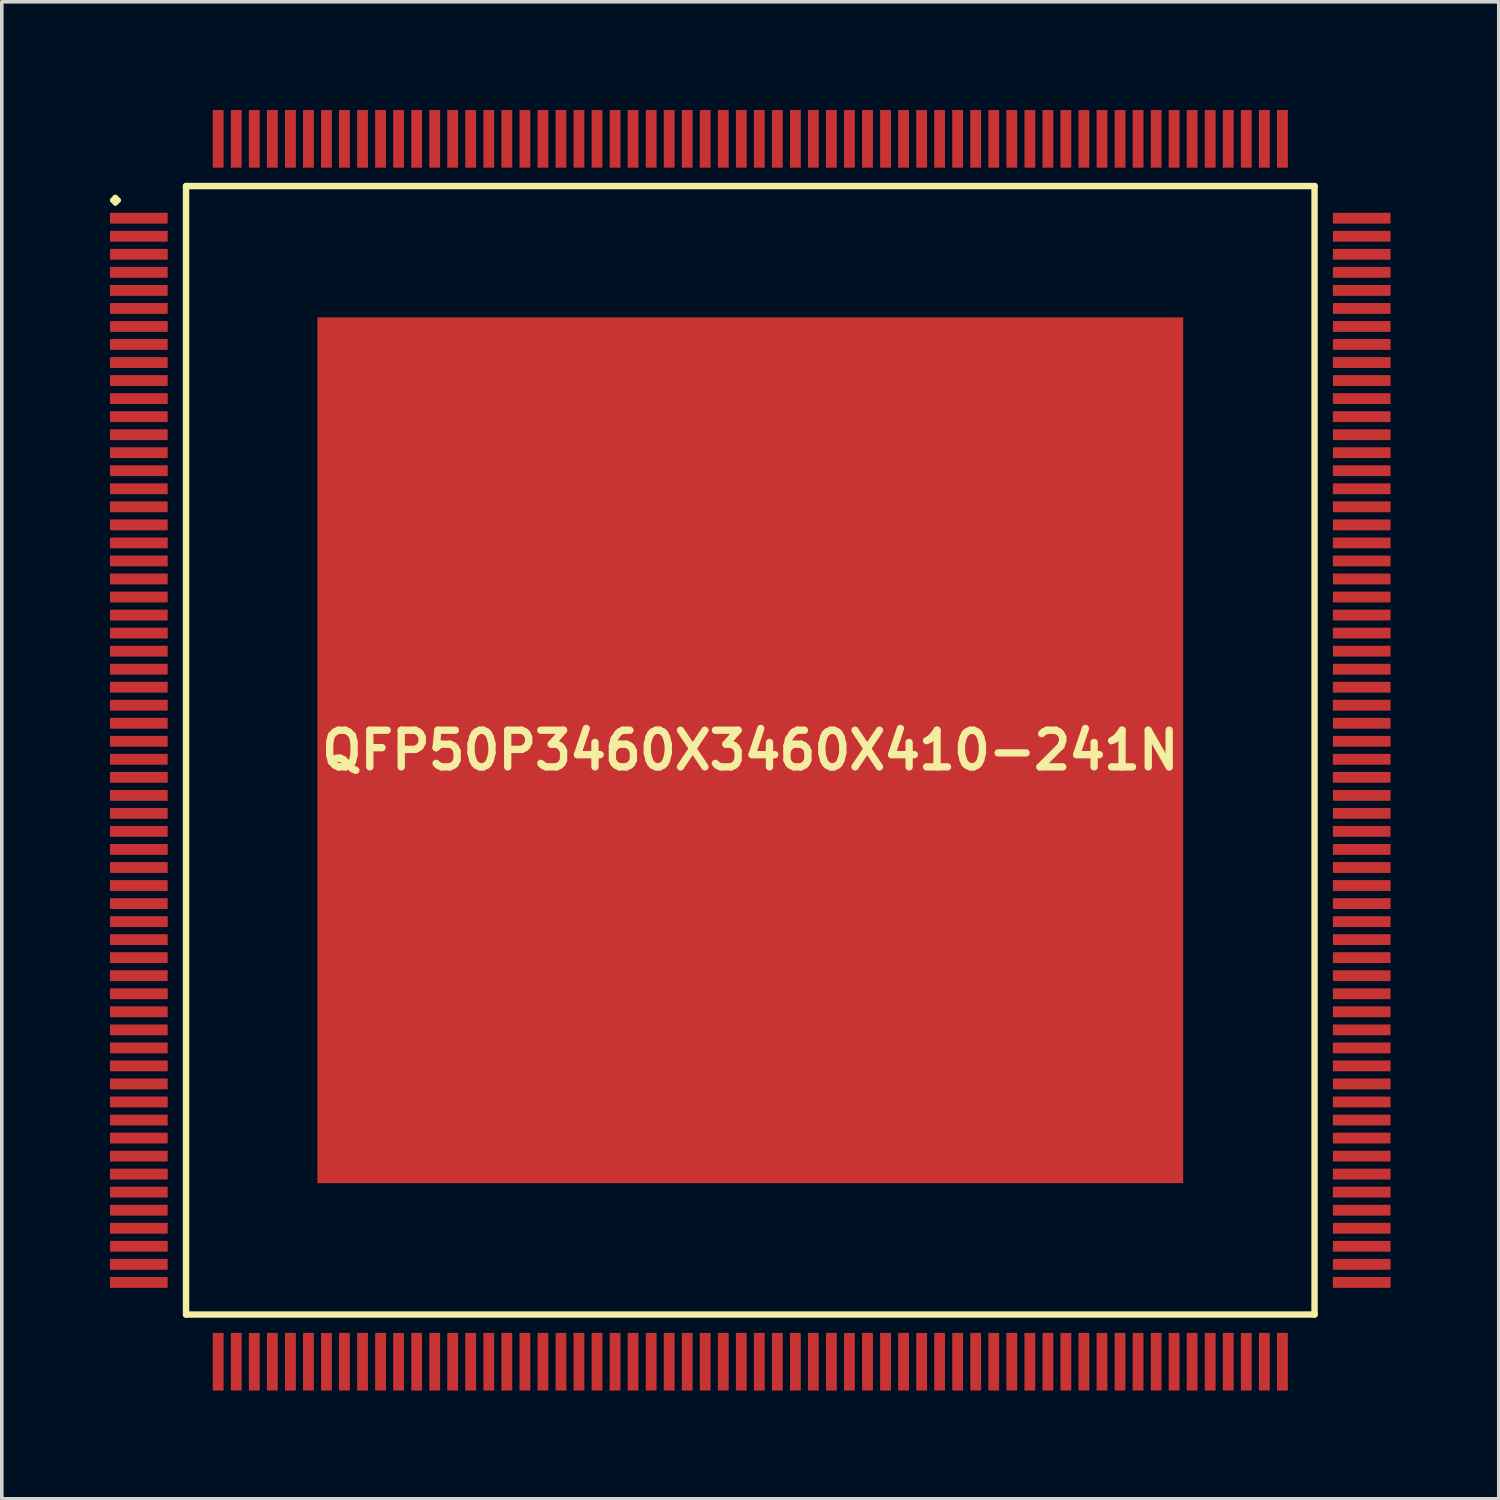
<source format=kicad_pcb>
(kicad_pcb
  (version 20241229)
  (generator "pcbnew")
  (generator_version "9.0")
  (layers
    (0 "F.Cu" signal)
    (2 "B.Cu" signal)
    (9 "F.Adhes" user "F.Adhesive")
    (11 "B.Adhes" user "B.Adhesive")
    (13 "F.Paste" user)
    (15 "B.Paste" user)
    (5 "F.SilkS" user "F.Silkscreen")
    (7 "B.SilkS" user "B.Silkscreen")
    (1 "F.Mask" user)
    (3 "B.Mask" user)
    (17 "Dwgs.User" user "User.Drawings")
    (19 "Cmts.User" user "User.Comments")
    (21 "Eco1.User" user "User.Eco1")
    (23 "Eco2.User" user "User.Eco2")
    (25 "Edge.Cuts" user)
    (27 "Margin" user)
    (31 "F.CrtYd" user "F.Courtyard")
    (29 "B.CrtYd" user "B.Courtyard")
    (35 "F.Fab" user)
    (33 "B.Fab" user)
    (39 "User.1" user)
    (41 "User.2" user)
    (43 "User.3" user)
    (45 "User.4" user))
  (footprint "QFP50P3460X3460X410-241N"
    (layer "F.Cu")
    (at 17.748 17.748)
    (property "Reference" "QFP50P3460X3460X410-241N" (at 0 0 0) (layer "F.SilkS") (effects (font (size 1.016 1.016) (thickness 0.203))))
    (attr smd)
    (fp_line (start -17.673 -15.248) (end -17.6 -15.324) (stroke (width 0.15) (type solid)) (layer "F.SilkS"))
    (fp_line (start -17.6 -15.324) (end -17.523 -15.248) (stroke (width 0.15) (type solid)) (layer "F.SilkS"))
    (fp_line (start -17.6 -15.174) (end -17.673 -15.248) (stroke (width 0.15) (type solid)) (layer "F.SilkS"))
    (fp_line (start -17.523 -15.248) (end -17.6 -15.174) (stroke (width 0.15) (type solid)) (layer "F.SilkS"))
    (fp_line (start -15.641 -15.641) (end -15.641 15.641) (stroke (width 0.178) (type solid)) (layer "F.SilkS"))
    (fp_line (start -15.641 15.641) (end 15.641 15.641) (stroke (width 0.178) (type solid)) (layer "F.SilkS"))
    (fp_line (start 15.641 -15.641) (end -15.641 -15.641) (stroke (width 0.178) (type solid)) (layer "F.SilkS"))
    (fp_line (start 15.641 15.641) (end 15.641 -15.641) (stroke (width 0.178) (type solid)) (layer "F.SilkS"))
    (pad "1" smd rect (at -16.949 -14.75) (size 1.598 0.3) (layers "F.Cu" "F.Mask" "F.Paste"))
    (pad "2" smd rect (at -16.949 -14.249) (size 1.598 0.3) (layers "F.Cu" "F.Mask" "F.Paste"))
    (pad "3" smd rect (at -16.949 -13.749) (size 1.598 0.3) (layers "F.Cu" "F.Mask" "F.Paste"))
    (pad "4" smd rect (at -16.949 -13.249) (size 1.598 0.3) (layers "F.Cu" "F.Mask" "F.Paste"))
    (pad "5" smd rect (at -16.949 -12.748) (size 1.598 0.3) (layers "F.Cu" "F.Mask" "F.Paste"))
    (pad "6" smd rect (at -16.949 -12.248) (size 1.598 0.3) (layers "F.Cu" "F.Mask" "F.Paste"))
    (pad "7" smd rect (at -16.949 -11.748) (size 1.598 0.3) (layers "F.Cu" "F.Mask" "F.Paste"))
    (pad "8" smd rect (at -16.949 -11.25) (size 1.598 0.3) (layers "F.Cu" "F.Mask" "F.Paste"))
    (pad "9" smd rect (at -16.949 -10.749) (size 1.598 0.3) (layers "F.Cu" "F.Mask" "F.Paste"))
    (pad "10" smd rect (at -16.949 -10.249) (size 1.598 0.3) (layers "F.Cu" "F.Mask" "F.Paste"))
    (pad "11" smd rect (at -16.949 -9.749) (size 1.598 0.3) (layers "F.Cu" "F.Mask" "F.Paste"))
    (pad "12" smd rect (at -16.949 -9.248) (size 1.598 0.3) (layers "F.Cu" "F.Mask" "F.Paste"))
    (pad "13" smd rect (at -16.949 -8.748) (size 1.598 0.3) (layers "F.Cu" "F.Mask" "F.Paste"))
    (pad "14" smd rect (at -16.949 -8.25) (size 1.598 0.3) (layers "F.Cu" "F.Mask" "F.Paste"))
    (pad "15" smd rect (at -16.949 -7.75) (size 1.598 0.3) (layers "F.Cu" "F.Mask" "F.Paste"))
    (pad "16" smd rect (at -16.949 -7.249) (size 1.598 0.3) (layers "F.Cu" "F.Mask" "F.Paste"))
    (pad "17" smd rect (at -16.949 -6.749) (size 1.598 0.3) (layers "F.Cu" "F.Mask" "F.Paste"))
    (pad "18" smd rect (at -16.949 -6.248) (size 1.598 0.3) (layers "F.Cu" "F.Mask" "F.Paste"))
    (pad "19" smd rect (at -16.949 -5.748) (size 1.598 0.3) (layers "F.Cu" "F.Mask" "F.Paste"))
    (pad "20" smd rect (at -16.949 -5.248) (size 1.598 0.3) (layers "F.Cu" "F.Mask" "F.Paste"))
    (pad "21" smd rect (at -16.949 -4.75) (size 1.598 0.3) (layers "F.Cu" "F.Mask" "F.Paste"))
    (pad "22" smd rect (at -16.949 -4.249) (size 1.598 0.3) (layers "F.Cu" "F.Mask" "F.Paste"))
    (pad "23" smd rect (at -16.949 -3.749) (size 1.598 0.3) (layers "F.Cu" "F.Mask" "F.Paste"))
    (pad "24" smd rect (at -16.949 -3.249) (size 1.598 0.3) (layers "F.Cu" "F.Mask" "F.Paste"))
    (pad "25" smd rect (at -16.949 -2.748) (size 1.598 0.3) (layers "F.Cu" "F.Mask" "F.Paste"))
    (pad "26" smd rect (at -16.949 -2.248) (size 1.598 0.3) (layers "F.Cu" "F.Mask" "F.Paste"))
    (pad "27" smd rect (at -16.949 -1.748) (size 1.598 0.3) (layers "F.Cu" "F.Mask" "F.Paste"))
    (pad "28" smd rect (at -16.949 -1.25) (size 1.598 0.3) (layers "F.Cu" "F.Mask" "F.Paste"))
    (pad "29" smd rect (at -16.949 -0.749) (size 1.598 0.3) (layers "F.Cu" "F.Mask" "F.Paste"))
    (pad "30" smd rect (at -16.949 -0.249) (size 1.598 0.3) (layers "F.Cu" "F.Mask" "F.Paste"))
    (pad "31" smd rect (at -16.949 0.249) (size 1.598 0.3) (layers "F.Cu" "F.Mask" "F.Paste"))
    (pad "32" smd rect (at -16.949 0.749) (size 1.598 0.3) (layers "F.Cu" "F.Mask" "F.Paste"))
    (pad "33" smd rect (at -16.949 1.25) (size 1.598 0.3) (layers "F.Cu" "F.Mask" "F.Paste"))
    (pad "34" smd rect (at -16.949 1.748) (size 1.598 0.3) (layers "F.Cu" "F.Mask" "F.Paste"))
    (pad "35" smd rect (at -16.949 2.248) (size 1.598 0.3) (layers "F.Cu" "F.Mask" "F.Paste"))
    (pad "36" smd rect (at -16.949 2.748) (size 1.598 0.3) (layers "F.Cu" "F.Mask" "F.Paste"))
    (pad "37" smd rect (at -16.949 3.249) (size 1.598 0.3) (layers "F.Cu" "F.Mask" "F.Paste"))
    (pad "38" smd rect (at -16.949 3.749) (size 1.598 0.3) (layers "F.Cu" "F.Mask" "F.Paste"))
    (pad "39" smd rect (at -16.949 4.249) (size 1.598 0.3) (layers "F.Cu" "F.Mask" "F.Paste"))
    (pad "40" smd rect (at -16.949 4.75) (size 1.598 0.3) (layers "F.Cu" "F.Mask" "F.Paste"))
    (pad "41" smd rect (at -16.949 5.248) (size 1.598 0.3) (layers "F.Cu" "F.Mask" "F.Paste"))
    (pad "42" smd rect (at -16.949 5.748) (size 1.598 0.3) (layers "F.Cu" "F.Mask" "F.Paste"))
    (pad "43" smd rect (at -16.949 6.248) (size 1.598 0.3) (layers "F.Cu" "F.Mask" "F.Paste"))
    (pad "44" smd rect (at -16.949 6.749) (size 1.598 0.3) (layers "F.Cu" "F.Mask" "F.Paste"))
    (pad "45" smd rect (at -16.949 7.249) (size 1.598 0.3) (layers "F.Cu" "F.Mask" "F.Paste"))
    (pad "46" smd rect (at -16.949 7.75) (size 1.598 0.3) (layers "F.Cu" "F.Mask" "F.Paste"))
    (pad "47" smd rect (at -16.949 8.25) (size 1.598 0.3) (layers "F.Cu" "F.Mask" "F.Paste"))
    (pad "48" smd rect (at -16.949 8.748) (size 1.598 0.3) (layers "F.Cu" "F.Mask" "F.Paste"))
    (pad "49" smd rect (at -16.949 9.248) (size 1.598 0.3) (layers "F.Cu" "F.Mask" "F.Paste"))
    (pad "50" smd rect (at -16.949 9.749) (size 1.598 0.3) (layers "F.Cu" "F.Mask" "F.Paste"))
    (pad "51" smd rect (at -16.949 10.249) (size 1.598 0.3) (layers "F.Cu" "F.Mask" "F.Paste"))
    (pad "52" smd rect (at -16.949 10.749) (size 1.598 0.3) (layers "F.Cu" "F.Mask" "F.Paste"))
    (pad "53" smd rect (at -16.949 11.25) (size 1.598 0.3) (layers "F.Cu" "F.Mask" "F.Paste"))
    (pad "54" smd rect (at -16.949 11.748) (size 1.598 0.3) (layers "F.Cu" "F.Mask" "F.Paste"))
    (pad "55" smd rect (at -16.949 12.248) (size 1.598 0.3) (layers "F.Cu" "F.Mask" "F.Paste"))
    (pad "56" smd rect (at -16.949 12.748) (size 1.598 0.3) (layers "F.Cu" "F.Mask" "F.Paste"))
    (pad "57" smd rect (at -16.949 13.249) (size 1.598 0.3) (layers "F.Cu" "F.Mask" "F.Paste"))
    (pad "58" smd rect (at -16.949 13.749) (size 1.598 0.3) (layers "F.Cu" "F.Mask" "F.Paste"))
    (pad "59" smd rect (at -16.949 14.249) (size 1.598 0.3) (layers "F.Cu" "F.Mask" "F.Paste"))
    (pad "60" smd rect (at -16.949 14.75) (size 1.598 0.3) (layers "F.Cu" "F.Mask" "F.Paste"))
    (pad "61" smd rect (at -14.75 16.949) (size 0.3 1.598) (layers "F.Cu" "F.Mask" "F.Paste"))
    (pad "62" smd rect (at -14.249 16.949) (size 0.3 1.598) (layers "F.Cu" "F.Mask" "F.Paste"))
    (pad "63" smd rect (at -13.749 16.949) (size 0.3 1.598) (layers "F.Cu" "F.Mask" "F.Paste"))
    (pad "64" smd rect (at -13.249 16.949) (size 0.3 1.598) (layers "F.Cu" "F.Mask" "F.Paste"))
    (pad "65" smd rect (at -12.748 16.949) (size 0.3 1.598) (layers "F.Cu" "F.Mask" "F.Paste"))
    (pad "66" smd rect (at -12.248 16.949) (size 0.3 1.598) (layers "F.Cu" "F.Mask" "F.Paste"))
    (pad "67" smd rect (at -11.748 16.949) (size 0.3 1.598) (layers "F.Cu" "F.Mask" "F.Paste"))
    (pad "68" smd rect (at -11.25 16.949) (size 0.3 1.598) (layers "F.Cu" "F.Mask" "F.Paste"))
    (pad "69" smd rect (at -10.749 16.949) (size 0.3 1.598) (layers "F.Cu" "F.Mask" "F.Paste"))
    (pad "70" smd rect (at -10.249 16.949) (size 0.3 1.598) (layers "F.Cu" "F.Mask" "F.Paste"))
    (pad "71" smd rect (at -9.749 16.949) (size 0.3 1.598) (layers "F.Cu" "F.Mask" "F.Paste"))
    (pad "72" smd rect (at -9.248 16.949) (size 0.3 1.598) (layers "F.Cu" "F.Mask" "F.Paste"))
    (pad "73" smd rect (at -8.748 16.949) (size 0.3 1.598) (layers "F.Cu" "F.Mask" "F.Paste"))
    (pad "74" smd rect (at -8.25 16.949) (size 0.3 1.598) (layers "F.Cu" "F.Mask" "F.Paste"))
    (pad "75" smd rect (at -7.75 16.949) (size 0.3 1.598) (layers "F.Cu" "F.Mask" "F.Paste"))
    (pad "76" smd rect (at -7.249 16.949) (size 0.3 1.598) (layers "F.Cu" "F.Mask" "F.Paste"))
    (pad "77" smd rect (at -6.749 16.949) (size 0.3 1.598) (layers "F.Cu" "F.Mask" "F.Paste"))
    (pad "78" smd rect (at -6.248 16.949) (size 0.3 1.598) (layers "F.Cu" "F.Mask" "F.Paste"))
    (pad "79" smd rect (at -5.748 16.949) (size 0.3 1.598) (layers "F.Cu" "F.Mask" "F.Paste"))
    (pad "80" smd rect (at -5.248 16.949) (size 0.3 1.598) (layers "F.Cu" "F.Mask" "F.Paste"))
    (pad "81" smd rect (at -4.75 16.949) (size 0.3 1.598) (layers "F.Cu" "F.Mask" "F.Paste"))
    (pad "82" smd rect (at -4.249 16.949) (size 0.3 1.598) (layers "F.Cu" "F.Mask" "F.Paste"))
    (pad "83" smd rect (at -3.749 16.949) (size 0.3 1.598) (layers "F.Cu" "F.Mask" "F.Paste"))
    (pad "84" smd rect (at -3.249 16.949) (size 0.3 1.598) (layers "F.Cu" "F.Mask" "F.Paste"))
    (pad "85" smd rect (at -2.748 16.949) (size 0.3 1.598) (layers "F.Cu" "F.Mask" "F.Paste"))
    (pad "86" smd rect (at -2.248 16.949) (size 0.3 1.598) (layers "F.Cu" "F.Mask" "F.Paste"))
    (pad "87" smd rect (at -1.748 16.949) (size 0.3 1.598) (layers "F.Cu" "F.Mask" "F.Paste"))
    (pad "88" smd rect (at -1.25 16.949) (size 0.3 1.598) (layers "F.Cu" "F.Mask" "F.Paste"))
    (pad "89" smd rect (at -0.749 16.949) (size 0.3 1.598) (layers "F.Cu" "F.Mask" "F.Paste"))
    (pad "90" smd rect (at -0.249 16.949) (size 0.3 1.598) (layers "F.Cu" "F.Mask" "F.Paste"))
    (pad "91" smd rect (at 0.249 16.949) (size 0.3 1.598) (layers "F.Cu" "F.Mask" "F.Paste"))
    (pad "92" smd rect (at 0.749 16.949) (size 0.3 1.598) (layers "F.Cu" "F.Mask" "F.Paste"))
    (pad "93" smd rect (at 1.25 16.949) (size 0.3 1.598) (layers "F.Cu" "F.Mask" "F.Paste"))
    (pad "94" smd rect (at 1.748 16.949) (size 0.3 1.598) (layers "F.Cu" "F.Mask" "F.Paste"))
    (pad "95" smd rect (at 2.248 16.949) (size 0.3 1.598) (layers "F.Cu" "F.Mask" "F.Paste"))
    (pad "96" smd rect (at 2.748 16.949) (size 0.3 1.598) (layers "F.Cu" "F.Mask" "F.Paste"))
    (pad "97" smd rect (at 3.249 16.949) (size 0.3 1.598) (layers "F.Cu" "F.Mask" "F.Paste"))
    (pad "98" smd rect (at 3.749 16.949) (size 0.3 1.598) (layers "F.Cu" "F.Mask" "F.Paste"))
    (pad "99" smd rect (at 4.249 16.949) (size 0.3 1.598) (layers "F.Cu" "F.Mask" "F.Paste"))
    (pad "100" smd rect (at 4.75 16.949) (size 0.3 1.598) (layers "F.Cu" "F.Mask" "F.Paste"))
    (pad "101" smd rect (at 5.248 16.949) (size 0.3 1.598) (layers "F.Cu" "F.Mask" "F.Paste"))
    (pad "102" smd rect (at 5.748 16.949) (size 0.3 1.598) (layers "F.Cu" "F.Mask" "F.Paste"))
    (pad "103" smd rect (at 6.248 16.949) (size 0.3 1.598) (layers "F.Cu" "F.Mask" "F.Paste"))
    (pad "104" smd rect (at 6.749 16.949) (size 0.3 1.598) (layers "F.Cu" "F.Mask" "F.Paste"))
    (pad "105" smd rect (at 7.249 16.949) (size 0.3 1.598) (layers "F.Cu" "F.Mask" "F.Paste"))
    (pad "106" smd rect (at 7.75 16.949) (size 0.3 1.598) (layers "F.Cu" "F.Mask" "F.Paste"))
    (pad "107" smd rect (at 8.25 16.949) (size 0.3 1.598) (layers "F.Cu" "F.Mask" "F.Paste"))
    (pad "108" smd rect (at 8.748 16.949) (size 0.3 1.598) (layers "F.Cu" "F.Mask" "F.Paste"))
    (pad "109" smd rect (at 9.248 16.949) (size 0.3 1.598) (layers "F.Cu" "F.Mask" "F.Paste"))
    (pad "110" smd rect (at 9.749 16.949) (size 0.3 1.598) (layers "F.Cu" "F.Mask" "F.Paste"))
    (pad "111" smd rect (at 10.249 16.949) (size 0.3 1.598) (layers "F.Cu" "F.Mask" "F.Paste"))
    (pad "112" smd rect (at 10.749 16.949) (size 0.3 1.598) (layers "F.Cu" "F.Mask" "F.Paste"))
    (pad "113" smd rect (at 11.25 16.949) (size 0.3 1.598) (layers "F.Cu" "F.Mask" "F.Paste"))
    (pad "114" smd rect (at 11.748 16.949) (size 0.3 1.598) (layers "F.Cu" "F.Mask" "F.Paste"))
    (pad "115" smd rect (at 12.248 16.949) (size 0.3 1.598) (layers "F.Cu" "F.Mask" "F.Paste"))
    (pad "116" smd rect (at 12.748 16.949) (size 0.3 1.598) (layers "F.Cu" "F.Mask" "F.Paste"))
    (pad "117" smd rect (at 13.249 16.949) (size 0.3 1.598) (layers "F.Cu" "F.Mask" "F.Paste"))
    (pad "118" smd rect (at 13.749 16.949) (size 0.3 1.598) (layers "F.Cu" "F.Mask" "F.Paste"))
    (pad "119" smd rect (at 14.249 16.949) (size 0.3 1.598) (layers "F.Cu" "F.Mask" "F.Paste"))
    (pad "120" smd rect (at 14.75 16.949) (size 0.3 1.598) (layers "F.Cu" "F.Mask" "F.Paste"))
    (pad "121" smd rect (at 16.949 14.75) (size 1.598 0.3) (layers "F.Cu" "F.Mask" "F.Paste"))
    (pad "122" smd rect (at 16.949 14.249) (size 1.598 0.3) (layers "F.Cu" "F.Mask" "F.Paste"))
    (pad "123" smd rect (at 16.949 13.749) (size 1.598 0.3) (layers "F.Cu" "F.Mask" "F.Paste"))
    (pad "124" smd rect (at 16.949 13.249) (size 1.598 0.3) (layers "F.Cu" "F.Mask" "F.Paste"))
    (pad "125" smd rect (at 16.949 12.748) (size 1.598 0.3) (layers "F.Cu" "F.Mask" "F.Paste"))
    (pad "126" smd rect (at 16.949 12.248) (size 1.598 0.3) (layers "F.Cu" "F.Mask" "F.Paste"))
    (pad "127" smd rect (at 16.949 11.748) (size 1.598 0.3) (layers "F.Cu" "F.Mask" "F.Paste"))
    (pad "128" smd rect (at 16.949 11.25) (size 1.598 0.3) (layers "F.Cu" "F.Mask" "F.Paste"))
    (pad "129" smd rect (at 16.949 10.749) (size 1.598 0.3) (layers "F.Cu" "F.Mask" "F.Paste"))
    (pad "130" smd rect (at 16.949 10.249) (size 1.598 0.3) (layers "F.Cu" "F.Mask" "F.Paste"))
    (pad "131" smd rect (at 16.949 9.749) (size 1.598 0.3) (layers "F.Cu" "F.Mask" "F.Paste"))
    (pad "132" smd rect (at 16.949 9.248) (size 1.598 0.3) (layers "F.Cu" "F.Mask" "F.Paste"))
    (pad "133" smd rect (at 16.949 8.748) (size 1.598 0.3) (layers "F.Cu" "F.Mask" "F.Paste"))
    (pad "134" smd rect (at 16.949 8.25) (size 1.598 0.3) (layers "F.Cu" "F.Mask" "F.Paste"))
    (pad "135" smd rect (at 16.949 7.75) (size 1.598 0.3) (layers "F.Cu" "F.Mask" "F.Paste"))
    (pad "136" smd rect (at 16.949 7.249) (size 1.598 0.3) (layers "F.Cu" "F.Mask" "F.Paste"))
    (pad "137" smd rect (at 16.949 6.749) (size 1.598 0.3) (layers "F.Cu" "F.Mask" "F.Paste"))
    (pad "138" smd rect (at 16.949 6.248) (size 1.598 0.3) (layers "F.Cu" "F.Mask" "F.Paste"))
    (pad "139" smd rect (at 16.949 5.748) (size 1.598 0.3) (layers "F.Cu" "F.Mask" "F.Paste"))
    (pad "140" smd rect (at 16.949 5.248) (size 1.598 0.3) (layers "F.Cu" "F.Mask" "F.Paste"))
    (pad "141" smd rect (at 16.949 4.75) (size 1.598 0.3) (layers "F.Cu" "F.Mask" "F.Paste"))
    (pad "142" smd rect (at 16.949 4.249) (size 1.598 0.3) (layers "F.Cu" "F.Mask" "F.Paste"))
    (pad "143" smd rect (at 16.949 3.749) (size 1.598 0.3) (layers "F.Cu" "F.Mask" "F.Paste"))
    (pad "144" smd rect (at 16.949 3.249) (size 1.598 0.3) (layers "F.Cu" "F.Mask" "F.Paste"))
    (pad "145" smd rect (at 16.949 2.748) (size 1.598 0.3) (layers "F.Cu" "F.Mask" "F.Paste"))
    (pad "146" smd rect (at 16.949 2.248) (size 1.598 0.3) (layers "F.Cu" "F.Mask" "F.Paste"))
    (pad "147" smd rect (at 16.949 1.748) (size 1.598 0.3) (layers "F.Cu" "F.Mask" "F.Paste"))
    (pad "148" smd rect (at 16.949 1.25) (size 1.598 0.3) (layers "F.Cu" "F.Mask" "F.Paste"))
    (pad "149" smd rect (at 16.949 0.749) (size 1.598 0.3) (layers "F.Cu" "F.Mask" "F.Paste"))
    (pad "150" smd rect (at 16.949 0.249) (size 1.598 0.3) (layers "F.Cu" "F.Mask" "F.Paste"))
    (pad "151" smd rect (at 16.949 -0.249) (size 1.598 0.3) (layers "F.Cu" "F.Mask" "F.Paste"))
    (pad "152" smd rect (at 16.949 -0.749) (size 1.598 0.3) (layers "F.Cu" "F.Mask" "F.Paste"))
    (pad "153" smd rect (at 16.949 -1.25) (size 1.598 0.3) (layers "F.Cu" "F.Mask" "F.Paste"))
    (pad "154" smd rect (at 16.949 -1.748) (size 1.598 0.3) (layers "F.Cu" "F.Mask" "F.Paste"))
    (pad "155" smd rect (at 16.949 -2.248) (size 1.598 0.3) (layers "F.Cu" "F.Mask" "F.Paste"))
    (pad "156" smd rect (at 16.949 -2.748) (size 1.598 0.3) (layers "F.Cu" "F.Mask" "F.Paste"))
    (pad "157" smd rect (at 16.949 -3.249) (size 1.598 0.3) (layers "F.Cu" "F.Mask" "F.Paste"))
    (pad "158" smd rect (at 16.949 -3.749) (size 1.598 0.3) (layers "F.Cu" "F.Mask" "F.Paste"))
    (pad "159" smd rect (at 16.949 -4.249) (size 1.598 0.3) (layers "F.Cu" "F.Mask" "F.Paste"))
    (pad "160" smd rect (at 16.949 -4.75) (size 1.598 0.3) (layers "F.Cu" "F.Mask" "F.Paste"))
    (pad "161" smd rect (at 16.949 -5.248) (size 1.598 0.3) (layers "F.Cu" "F.Mask" "F.Paste"))
    (pad "162" smd rect (at 16.949 -5.748) (size 1.598 0.3) (layers "F.Cu" "F.Mask" "F.Paste"))
    (pad "163" smd rect (at 16.949 -6.248) (size 1.598 0.3) (layers "F.Cu" "F.Mask" "F.Paste"))
    (pad "164" smd rect (at 16.949 -6.749) (size 1.598 0.3) (layers "F.Cu" "F.Mask" "F.Paste"))
    (pad "165" smd rect (at 16.949 -7.249) (size 1.598 0.3) (layers "F.Cu" "F.Mask" "F.Paste"))
    (pad "166" smd rect (at 16.949 -7.75) (size 1.598 0.3) (layers "F.Cu" "F.Mask" "F.Paste"))
    (pad "167" smd rect (at 16.949 -8.25) (size 1.598 0.3) (layers "F.Cu" "F.Mask" "F.Paste"))
    (pad "168" smd rect (at 16.949 -8.748) (size 1.598 0.3) (layers "F.Cu" "F.Mask" "F.Paste"))
    (pad "169" smd rect (at 16.949 -9.248) (size 1.598 0.3) (layers "F.Cu" "F.Mask" "F.Paste"))
    (pad "170" smd rect (at 16.949 -9.749) (size 1.598 0.3) (layers "F.Cu" "F.Mask" "F.Paste"))
    (pad "171" smd rect (at 16.949 -10.249) (size 1.598 0.3) (layers "F.Cu" "F.Mask" "F.Paste"))
    (pad "172" smd rect (at 16.949 -10.749) (size 1.598 0.3) (layers "F.Cu" "F.Mask" "F.Paste"))
    (pad "173" smd rect (at 16.949 -11.25) (size 1.598 0.3) (layers "F.Cu" "F.Mask" "F.Paste"))
    (pad "174" smd rect (at 16.949 -11.748) (size 1.598 0.3) (layers "F.Cu" "F.Mask" "F.Paste"))
    (pad "175" smd rect (at 16.949 -12.248) (size 1.598 0.3) (layers "F.Cu" "F.Mask" "F.Paste"))
    (pad "176" smd rect (at 16.949 -12.748) (size 1.598 0.3) (layers "F.Cu" "F.Mask" "F.Paste"))
    (pad "177" smd rect (at 16.949 -13.249) (size 1.598 0.3) (layers "F.Cu" "F.Mask" "F.Paste"))
    (pad "178" smd rect (at 16.949 -13.749) (size 1.598 0.3) (layers "F.Cu" "F.Mask" "F.Paste"))
    (pad "179" smd rect (at 16.949 -14.249) (size 1.598 0.3) (layers "F.Cu" "F.Mask" "F.Paste"))
    (pad "180" smd rect (at 16.949 -14.75) (size 1.598 0.3) (layers "F.Cu" "F.Mask" "F.Paste"))
    (pad "181" smd rect (at 14.75 -16.949) (size 0.3 1.598) (layers "F.Cu" "F.Mask" "F.Paste"))
    (pad "182" smd rect (at 14.249 -16.949) (size 0.3 1.598) (layers "F.Cu" "F.Mask" "F.Paste"))
    (pad "183" smd rect (at 13.749 -16.949) (size 0.3 1.598) (layers "F.Cu" "F.Mask" "F.Paste"))
    (pad "184" smd rect (at 13.249 -16.949) (size 0.3 1.598) (layers "F.Cu" "F.Mask" "F.Paste"))
    (pad "185" smd rect (at 12.748 -16.949) (size 0.3 1.598) (layers "F.Cu" "F.Mask" "F.Paste"))
    (pad "186" smd rect (at 12.248 -16.949) (size 0.3 1.598) (layers "F.Cu" "F.Mask" "F.Paste"))
    (pad "187" smd rect (at 11.748 -16.949) (size 0.3 1.598) (layers "F.Cu" "F.Mask" "F.Paste"))
    (pad "188" smd rect (at 11.25 -16.949) (size 0.3 1.598) (layers "F.Cu" "F.Mask" "F.Paste"))
    (pad "189" smd rect (at 10.749 -16.949) (size 0.3 1.598) (layers "F.Cu" "F.Mask" "F.Paste"))
    (pad "190" smd rect (at 10.249 -16.949) (size 0.3 1.598) (layers "F.Cu" "F.Mask" "F.Paste"))
    (pad "191" smd rect (at 9.749 -16.949) (size 0.3 1.598) (layers "F.Cu" "F.Mask" "F.Paste"))
    (pad "192" smd rect (at 9.248 -16.949) (size 0.3 1.598) (layers "F.Cu" "F.Mask" "F.Paste"))
    (pad "193" smd rect (at 8.748 -16.949) (size 0.3 1.598) (layers "F.Cu" "F.Mask" "F.Paste"))
    (pad "194" smd rect (at 8.25 -16.949) (size 0.3 1.598) (layers "F.Cu" "F.Mask" "F.Paste"))
    (pad "195" smd rect (at 7.75 -16.949) (size 0.3 1.598) (layers "F.Cu" "F.Mask" "F.Paste"))
    (pad "196" smd rect (at 7.249 -16.949) (size 0.3 1.598) (layers "F.Cu" "F.Mask" "F.Paste"))
    (pad "197" smd rect (at 6.749 -16.949) (size 0.3 1.598) (layers "F.Cu" "F.Mask" "F.Paste"))
    (pad "198" smd rect (at 6.248 -16.949) (size 0.3 1.598) (layers "F.Cu" "F.Mask" "F.Paste"))
    (pad "199" smd rect (at 5.748 -16.949) (size 0.3 1.598) (layers "F.Cu" "F.Mask" "F.Paste"))
    (pad "200" smd rect (at 5.248 -16.949) (size 0.3 1.598) (layers "F.Cu" "F.Mask" "F.Paste"))
    (pad "201" smd rect (at 4.75 -16.949) (size 0.3 1.598) (layers "F.Cu" "F.Mask" "F.Paste"))
    (pad "202" smd rect (at 4.249 -16.949) (size 0.3 1.598) (layers "F.Cu" "F.Mask" "F.Paste"))
    (pad "203" smd rect (at 3.749 -16.949) (size 0.3 1.598) (layers "F.Cu" "F.Mask" "F.Paste"))
    (pad "204" smd rect (at 3.249 -16.949) (size 0.3 1.598) (layers "F.Cu" "F.Mask" "F.Paste"))
    (pad "205" smd rect (at 2.748 -16.949) (size 0.3 1.598) (layers "F.Cu" "F.Mask" "F.Paste"))
    (pad "206" smd rect (at 2.248 -16.949) (size 0.3 1.598) (layers "F.Cu" "F.Mask" "F.Paste"))
    (pad "207" smd rect (at 1.748 -16.949) (size 0.3 1.598) (layers "F.Cu" "F.Mask" "F.Paste"))
    (pad "208" smd rect (at 1.25 -16.949) (size 0.3 1.598) (layers "F.Cu" "F.Mask" "F.Paste"))
    (pad "209" smd rect (at 0.749 -16.949) (size 0.3 1.598) (layers "F.Cu" "F.Mask" "F.Paste"))
    (pad "210" smd rect (at 0.249 -16.949) (size 0.3 1.598) (layers "F.Cu" "F.Mask" "F.Paste"))
    (pad "211" smd rect (at -0.249 -16.949) (size 0.3 1.598) (layers "F.Cu" "F.Mask" "F.Paste"))
    (pad "212" smd rect (at -0.749 -16.949) (size 0.3 1.598) (layers "F.Cu" "F.Mask" "F.Paste"))
    (pad "213" smd rect (at -1.25 -16.949) (size 0.3 1.598) (layers "F.Cu" "F.Mask" "F.Paste"))
    (pad "214" smd rect (at -1.748 -16.949) (size 0.3 1.598) (layers "F.Cu" "F.Mask" "F.Paste"))
    (pad "215" smd rect (at -2.248 -16.949) (size 0.3 1.598) (layers "F.Cu" "F.Mask" "F.Paste"))
    (pad "216" smd rect (at -2.748 -16.949) (size 0.3 1.598) (layers "F.Cu" "F.Mask" "F.Paste"))
    (pad "217" smd rect (at -3.249 -16.949) (size 0.3 1.598) (layers "F.Cu" "F.Mask" "F.Paste"))
    (pad "218" smd rect (at -3.749 -16.949) (size 0.3 1.598) (layers "F.Cu" "F.Mask" "F.Paste"))
    (pad "219" smd rect (at -4.249 -16.949) (size 0.3 1.598) (layers "F.Cu" "F.Mask" "F.Paste"))
    (pad "220" smd rect (at -4.75 -16.949) (size 0.3 1.598) (layers "F.Cu" "F.Mask" "F.Paste"))
    (pad "221" smd rect (at -5.248 -16.949) (size 0.3 1.598) (layers "F.Cu" "F.Mask" "F.Paste"))
    (pad "222" smd rect (at -5.748 -16.949) (size 0.3 1.598) (layers "F.Cu" "F.Mask" "F.Paste"))
    (pad "223" smd rect (at -6.248 -16.949) (size 0.3 1.598) (layers "F.Cu" "F.Mask" "F.Paste"))
    (pad "224" smd rect (at -6.749 -16.949) (size 0.3 1.598) (layers "F.Cu" "F.Mask" "F.Paste"))
    (pad "225" smd rect (at -7.249 -16.949) (size 0.3 1.598) (layers "F.Cu" "F.Mask" "F.Paste"))
    (pad "226" smd rect (at -7.75 -16.949) (size 0.3 1.598) (layers "F.Cu" "F.Mask" "F.Paste"))
    (pad "227" smd rect (at -8.25 -16.949) (size 0.3 1.598) (layers "F.Cu" "F.Mask" "F.Paste"))
    (pad "228" smd rect (at -8.748 -16.949) (size 0.3 1.598) (layers "F.Cu" "F.Mask" "F.Paste"))
    (pad "229" smd rect (at -9.248 -16.949) (size 0.3 1.598) (layers "F.Cu" "F.Mask" "F.Paste"))
    (pad "230" smd rect (at -9.749 -16.949) (size 0.3 1.598) (layers "F.Cu" "F.Mask" "F.Paste"))
    (pad "231" smd rect (at -10.249 -16.949) (size 0.3 1.598) (layers "F.Cu" "F.Mask" "F.Paste"))
    (pad "232" smd rect (at -10.749 -16.949) (size 0.3 1.598) (layers "F.Cu" "F.Mask" "F.Paste"))
    (pad "233" smd rect (at -11.25 -16.949) (size 0.3 1.598) (layers "F.Cu" "F.Mask" "F.Paste"))
    (pad "234" smd rect (at -11.748 -16.949) (size 0.3 1.598) (layers "F.Cu" "F.Mask" "F.Paste"))
    (pad "235" smd rect (at -12.248 -16.949) (size 0.3 1.598) (layers "F.Cu" "F.Mask" "F.Paste"))
    (pad "236" smd rect (at -12.748 -16.949) (size 0.3 1.598) (layers "F.Cu" "F.Mask" "F.Paste"))
    (pad "237" smd rect (at -13.249 -16.949) (size 0.3 1.598) (layers "F.Cu" "F.Mask" "F.Paste"))
    (pad "238" smd rect (at -13.749 -16.949) (size 0.3 1.598) (layers "F.Cu" "F.Mask" "F.Paste"))
    (pad "239" smd rect (at -14.249 -16.949) (size 0.3 1.598) (layers "F.Cu" "F.Mask" "F.Paste"))
    (pad "240" smd rect (at -14.75 -16.949) (size 0.3 1.598) (layers "F.Cu" "F.Mask" "F.Paste"))
    (pad "241" smd rect (at 0 0) (size 23.998 23.998) (layers "F.Cu" "F.Mask" "F.Paste")))
  (gr_rect
    (start -3 -3)
    (end 38.496 38.496)
    (stroke (width 0.1) (type default))
    (fill no)
    (layer "Edge.Cuts")))
</source>
